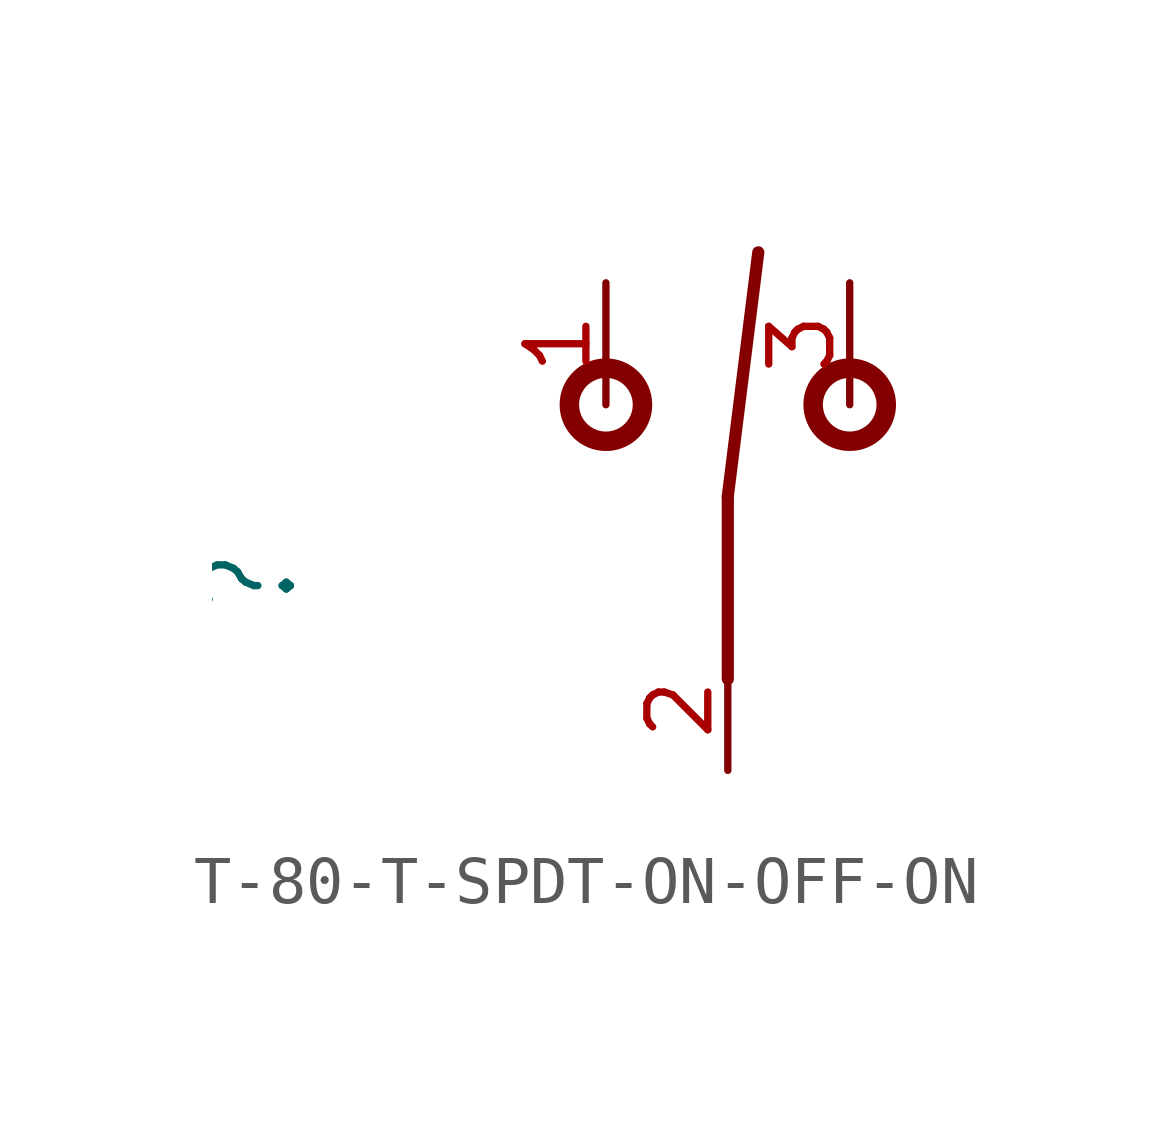
<source format=kicad_sym>
(kicad_symbol_lib
  (version 20211014)
  (generator kicad_symbol_editor)
  (symbol "T-80-T-SPDT-ON-OFF-ON"
    (property "Reference" ""
      (at -6.35 -1.905 90)
      (effects (font (size 1.778 1.511)) (justify left bottom)))
    (property "ki_locked" ""
      (at 0 0 0)
      (effects (font (size 1.27 1.27))))
    (symbol "T-80-T-SPDT-ON-OFF-ON_1_0"
      (polyline (pts (xy 2.54 -3.175) (xy 2.54 0.635)) (stroke (width 0.254) (type default) (color 0 0 0 0)) (fill (type none)))
      (polyline (pts (xy 2.54 0.635) (xy 3.175 5.715)) (stroke (width 0.254) (type default) (color 0 0 0 0)) (fill (type none)))
      (circle (center 0 2.54) (radius 0.762) (stroke (width 0.406) (type default) (color 0 0 0 0)) (fill (type none)))
      (circle (center 5.08 2.54) (radius 0.762) (stroke (width 0.406) (type default) (color 0 0 0 0)) (fill (type none)))
      (pin passive line (at 0 5.08 270) (length 2.54) (name "O" (effects (font (size 0 0)))) (number "1" (effects (font (size 1.27 1.27)))))
      (pin passive line (at 2.54 -5.08 90) (length 2.54) (name "P" (effects (font (size 0 0)))) (number "2" (effects (font (size 1.27 1.27)))))
      (pin passive line (at 5.08 5.08 270) (length 2.54) (name "S" (effects (font (size 0 0)))) (number "3" (effects (font (size 1.27 1.27))))))))
</source>
